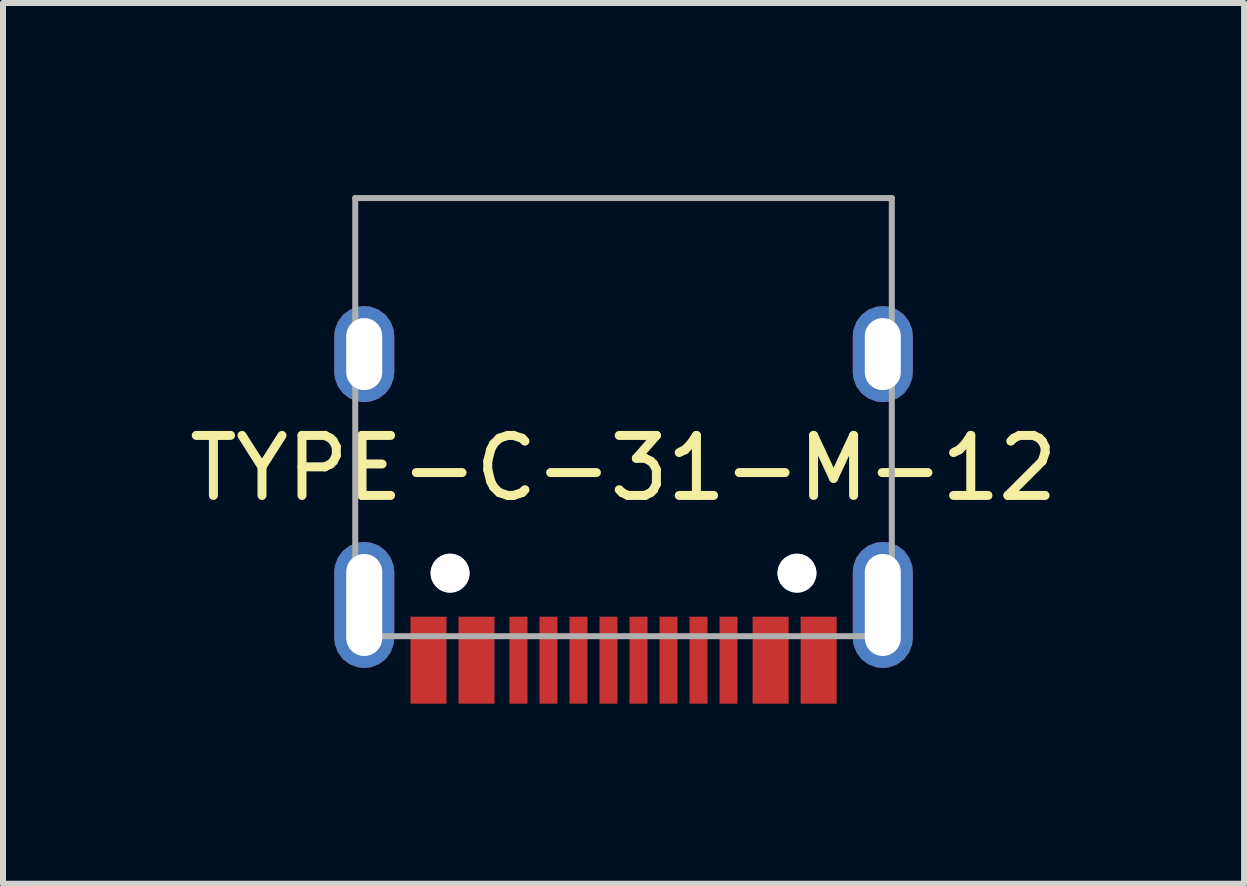
<source format=kicad_pcb>
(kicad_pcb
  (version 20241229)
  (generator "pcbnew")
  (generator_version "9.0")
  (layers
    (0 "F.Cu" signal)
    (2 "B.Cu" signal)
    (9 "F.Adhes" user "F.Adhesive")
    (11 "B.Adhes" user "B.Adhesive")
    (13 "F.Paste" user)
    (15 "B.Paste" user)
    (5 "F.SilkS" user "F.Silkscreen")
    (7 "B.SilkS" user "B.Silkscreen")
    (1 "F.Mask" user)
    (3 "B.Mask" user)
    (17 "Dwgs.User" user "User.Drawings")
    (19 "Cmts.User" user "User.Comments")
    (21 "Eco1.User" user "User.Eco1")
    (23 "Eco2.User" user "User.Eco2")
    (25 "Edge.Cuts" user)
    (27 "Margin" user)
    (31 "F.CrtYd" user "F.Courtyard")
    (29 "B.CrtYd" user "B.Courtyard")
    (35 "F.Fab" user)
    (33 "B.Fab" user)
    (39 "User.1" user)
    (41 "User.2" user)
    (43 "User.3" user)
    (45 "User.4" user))
  (footprint "TYPE-C-31-M-12"
    (layer "F.Cu")
    (at 7.339 0.25)
    (property "Reference" "TYPE-C-31-M-12" (at 0 4.5 0) (layer "F.SilkS") (effects (font (size 1 1) (thickness 0.15))))
    (attr through_hole)
    (fp_line (start -4.47 0) (end -4.47 7.3) (stroke (width 0.1) (type solid)) (layer "F.Fab"))
    (fp_line (start -4.47 0) (end 4.47 0) (stroke (width 0.1) (type solid)) (layer "F.Fab"))
    (fp_line (start -4.47 7.3) (end 4.47 7.3) (stroke (width 0.1) (type solid)) (layer "F.Fab"))
    (fp_line (start 4.47 0) (end 4.47 7.3) (stroke (width 0.1) (type solid)) (layer "F.Fab"))
    (pad "" np_thru_hole roundrect (at -2.89 6.25) (size 0.65 0.65) (drill 0.65) (layers "*.Cu" "*.Mask") (roundrect_rratio 0.5))
    (pad "" np_thru_hole roundrect (at 2.89 6.25) (size 0.65 0.65) (drill 0.65) (layers "*.Cu" "*.Mask") (roundrect_rratio 0.5))
    (pad "1" smd rect (at 3.25 7.7) (size 0.6 1.45) (layers "F.Cu" "F.Mask" "F.Paste"))
    (pad "2" smd rect (at 2.45 7.7) (size 0.6 1.45) (layers "F.Cu" "F.Mask" "F.Paste"))
    (pad "3" smd rect (at 1.75 7.7) (size 0.3 1.45) (layers "F.Cu" "F.Mask" "F.Paste"))
    (pad "4" smd rect (at 1.25 7.7) (size 0.3 1.45) (layers "F.Cu" "F.Mask" "F.Paste"))
    (pad "5" smd rect (at 0.75 7.7) (size 0.3 1.45) (layers "F.Cu" "F.Mask" "F.Paste"))
    (pad "6" smd rect (at 0.25 7.7) (size 0.3 1.45) (layers "F.Cu" "F.Mask" "F.Paste"))
    (pad "7" smd rect (at -0.25 7.7) (size 0.3 1.45) (layers "F.Cu" "F.Mask" "F.Paste"))
    (pad "8" smd rect (at -0.75 7.7) (size 0.3 1.45) (layers "F.Cu" "F.Mask" "F.Paste"))
    (pad "9" smd rect (at -1.25 7.7) (size 0.3 1.45) (layers "F.Cu" "F.Mask" "F.Paste"))
    (pad "10" smd rect (at -1.75 7.7) (size 0.3 1.45) (layers "F.Cu" "F.Mask" "F.Paste"))
    (pad "11" smd rect (at -2.45 7.7) (size 0.6 1.45) (layers "F.Cu" "F.Mask" "F.Paste"))
    (pad "12" smd rect (at -3.25 7.7) (size 0.6 1.45) (layers "F.Cu" "F.Mask" "F.Paste"))
    (pad "13" thru_hole roundrect (at -4.32 2.6) (size 1 1.6) (drill oval 0.6 1.2) (layers "*.Cu" "B.Mask") (roundrect_rratio 0.5))
    (pad "13" thru_hole roundrect (at -4.32 6.78) (size 1 2.1) (drill oval 0.6 1.7) (layers "*.Cu" "B.Mask") (roundrect_rratio 0.5))
    (pad "13" thru_hole roundrect (at 4.32 2.6) (size 1 1.6) (drill oval 0.6 1.2) (layers "*.Cu" "B.Mask") (roundrect_rratio 0.5))
    (pad "13" thru_hole roundrect (at 4.32 6.78) (size 1 2.1) (drill oval 0.6 1.7) (layers "*.Cu" "B.Mask") (roundrect_rratio 0.5)))
  (gr_rect
    (start -3 -3)
    (end 17.679 11.675)
    (stroke (width 0.1) (type default))
    (fill no)
    (layer "Edge.Cuts")))
</source>
